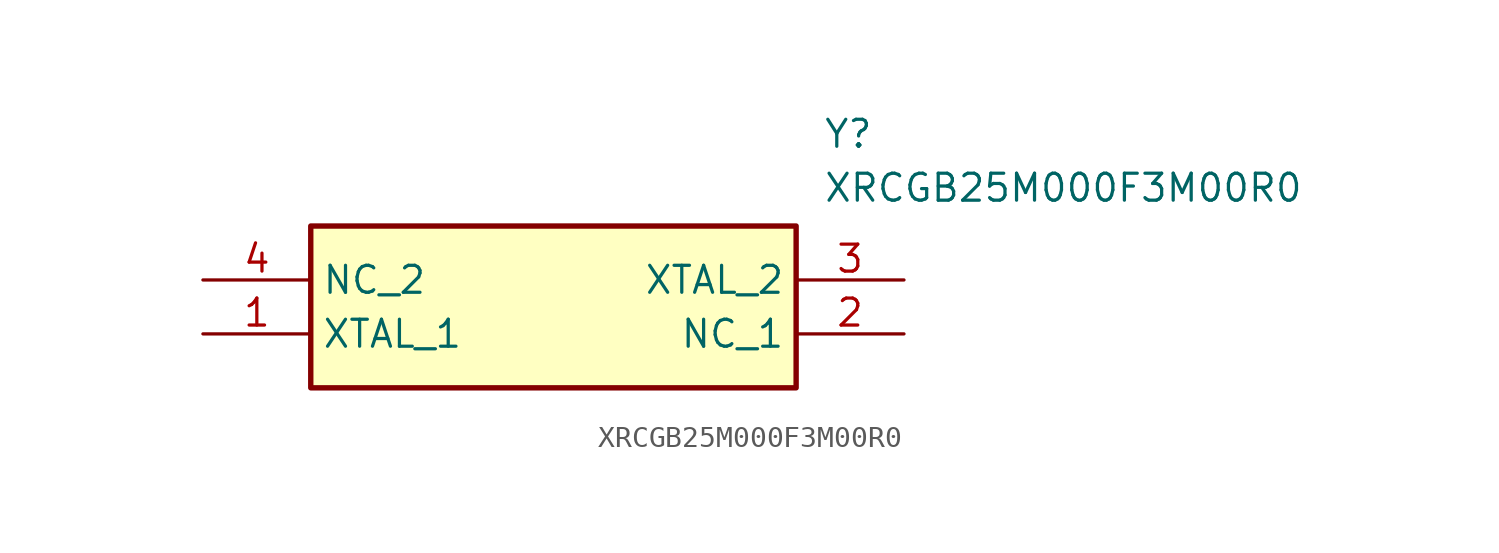
<source format=kicad_sym>
(kicad_symbol_lib
  (version 20211014)
  (generator SamacSys_ECAD_Model)
  (symbol "XRCGB25M000F3M00R0"
    (property "Reference" "Y"
      (at 29.21 7.62 0)
      (effects (font (size 1.27 1.27)) (justify left top)))
    (property "Value" "XRCGB25M000F3M00R0"
      (at 29.21 5.08 0)
      (effects (font (size 1.27 1.27)) (justify left top)))
    (rectangle
      (start 5.08 2.54)
      (end 27.94 -5.08)
      (stroke (width 0.254) (type default))
      (fill (type background)))
    (pin passive line
      (at 0 -2.54 0)
      (length 5.08)
      (name "XTAL_1" (effects (font (size 1.27 1.27))))
      (number "1" (effects (font (size 1.27 1.27)))))
    (pin passive line
      (at 33.02 -2.54 180)
      (length 5.08)
      (name "NC_1" (effects (font (size 1.27 1.27))))
      (number "2" (effects (font (size 1.27 1.27)))))
    (pin passive line
      (at 33.02 0 180)
      (length 5.08)
      (name "XTAL_2" (effects (font (size 1.27 1.27))))
      (number "3" (effects (font (size 1.27 1.27)))))
    (pin passive line
      (at 0 0 0)
      (length 5.08)
      (name "NC_2" (effects (font (size 1.27 1.27))))
      (number "4" (effects (font (size 1.27 1.27)))))))
</source>
